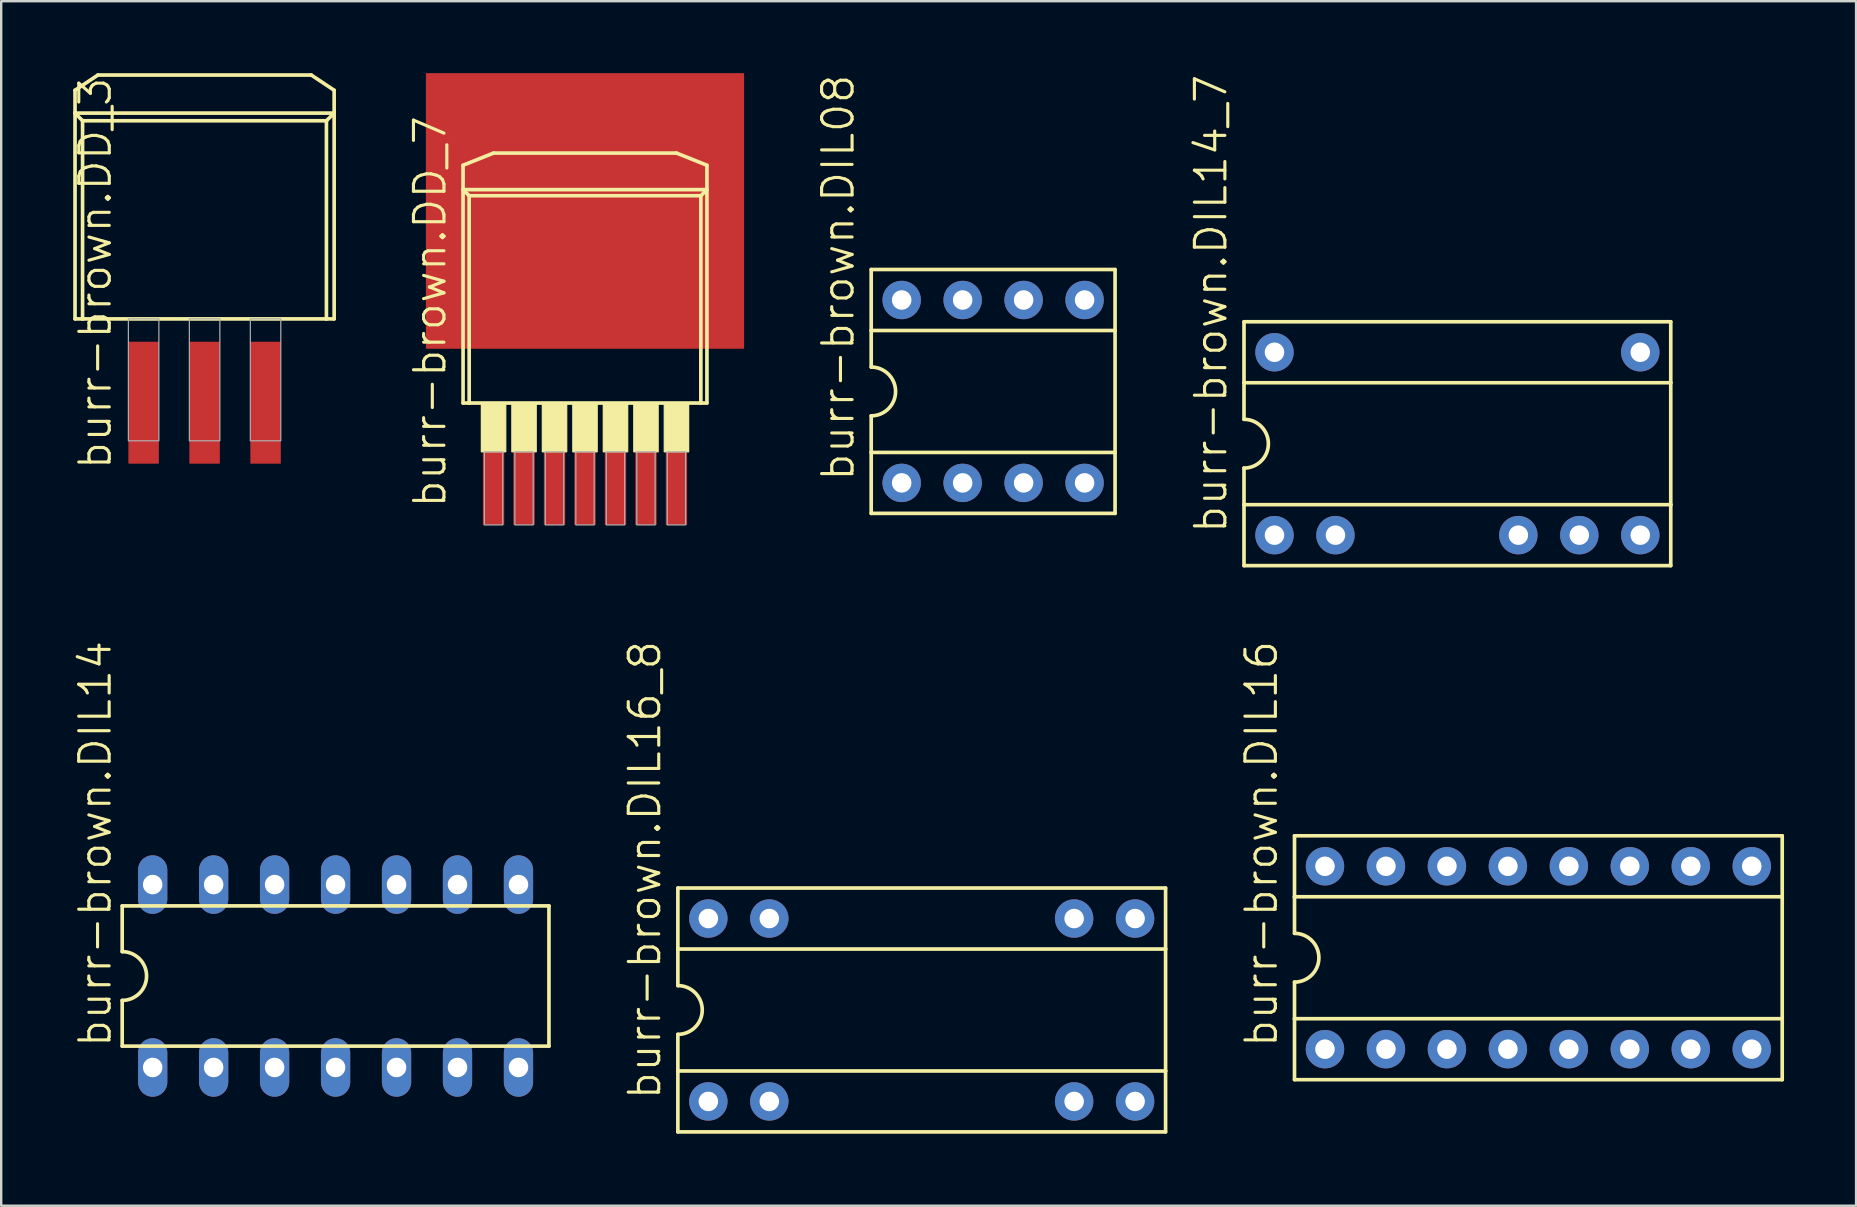
<source format=kicad_pcb>
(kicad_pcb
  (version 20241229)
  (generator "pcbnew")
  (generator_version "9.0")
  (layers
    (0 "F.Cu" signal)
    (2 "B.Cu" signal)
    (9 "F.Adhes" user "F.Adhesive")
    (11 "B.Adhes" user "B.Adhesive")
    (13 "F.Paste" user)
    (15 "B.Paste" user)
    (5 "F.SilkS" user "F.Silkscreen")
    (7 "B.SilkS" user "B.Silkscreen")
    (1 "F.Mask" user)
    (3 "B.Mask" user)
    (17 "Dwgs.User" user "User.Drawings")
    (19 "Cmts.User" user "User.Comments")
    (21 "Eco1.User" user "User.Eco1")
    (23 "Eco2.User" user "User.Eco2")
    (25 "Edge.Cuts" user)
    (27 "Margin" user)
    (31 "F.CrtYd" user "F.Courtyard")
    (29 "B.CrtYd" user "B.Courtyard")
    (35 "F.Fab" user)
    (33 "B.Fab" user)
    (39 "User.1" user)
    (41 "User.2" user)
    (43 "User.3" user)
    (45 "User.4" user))
  (footprint "burr-brown.DIL14"
    (layer "F.Cu")
    (at 10.931 37.614)
    (property "Reference" "burr-brown.DIL14" (at -9.271 3.048 90) (layer "F.SilkS") (effects (font (size 1.27 1.27) (thickness 0.13)) (justify left bottom)))
    (attr through_hole)
    (fp_line (start -8.89 -2.921) (end -8.89 -1.016) (stroke (width 0.152) (type default)) (layer "F.SilkS"))
    (fp_line (start -8.89 2.921) (end -8.89 1.016) (stroke (width 0.152) (type default)) (layer "F.SilkS"))
    (fp_line (start -8.89 2.921) (end 8.89 2.921) (stroke (width 0.152) (type default)) (layer "F.SilkS"))
    (fp_line (start 8.89 -2.921) (end -8.89 -2.921) (stroke (width 0.152) (type default)) (layer "F.SilkS"))
    (fp_line (start 8.89 -2.921) (end 8.89 2.921) (stroke (width 0.152) (type default)) (layer "F.SilkS"))
    (fp_arc (start -8.89 -1.016) (mid -7.874 0) (end -8.89 1.016) (stroke (width 0.1524) (type default)) (layer "F.SilkS"))
    (pad "1" thru_hole oval (at -7.62 3.81 90) (size 2.438 1.219) (drill 0.813) (layers "*.Cu" "*.Mask"))
    (pad "2" thru_hole oval (at -5.08 3.81 90) (size 2.438 1.219) (drill 0.813) (layers "*.Cu" "*.Mask"))
    (pad "3" thru_hole oval (at -2.54 3.81 90) (size 2.438 1.219) (drill 0.813) (layers "*.Cu" "*.Mask"))
    (pad "4" thru_hole oval (at 0 3.81 90) (size 2.438 1.219) (drill 0.813) (layers "*.Cu" "*.Mask"))
    (pad "5" thru_hole oval (at 2.54 3.81 90) (size 2.438 1.219) (drill 0.813) (layers "*.Cu" "*.Mask"))
    (pad "6" thru_hole oval (at 5.08 3.81 90) (size 2.438 1.219) (drill 0.813) (layers "*.Cu" "*.Mask"))
    (pad "7" thru_hole oval (at 7.62 3.81 90) (size 2.438 1.219) (drill 0.813) (layers "*.Cu" "*.Mask"))
    (pad "8" thru_hole oval (at 7.62 -3.81 90) (size 2.438 1.219) (drill 0.813) (layers "*.Cu" "*.Mask"))
    (pad "9" thru_hole oval (at 5.08 -3.81 90) (size 2.438 1.219) (drill 0.813) (layers "*.Cu" "*.Mask"))
    (pad "10" thru_hole oval (at 2.54 -3.81 90) (size 2.438 1.219) (drill 0.813) (layers "*.Cu" "*.Mask"))
    (pad "11" thru_hole oval (at 0 -3.81 90) (size 2.438 1.219) (drill 0.813) (layers "*.Cu" "*.Mask"))
    (pad "12" thru_hole oval (at -2.54 -3.81 90) (size 2.438 1.219) (drill 0.813) (layers "*.Cu" "*.Mask"))
    (pad "13" thru_hole oval (at -5.08 -3.81 90) (size 2.438 1.219) (drill 0.813) (layers "*.Cu" "*.Mask"))
    (pad "14" thru_hole oval (at -7.62 -3.81 90) (size 2.438 1.219) (drill 0.813) (layers "*.Cu" "*.Mask")))
  (footprint "burr-brown.DIL14_7"
    (layer "F.Cu")
    (at 57.669 15.436)
    (property "Reference" "burr-brown.DIL14_7" (at -9.525 3.81 90) (layer "F.SilkS") (effects (font (size 1.27 1.27) (thickness 0.13)) (justify left bottom)))
    (attr through_hole)
    (fp_line (start -8.89 -5.08) (end -8.89 -2.54) (stroke (width 0.152) (type default)) (layer "F.SilkS"))
    (fp_line (start -8.89 -2.54) (end -8.89 -1.016) (stroke (width 0.152) (type default)) (layer "F.SilkS"))
    (fp_line (start -8.89 -2.54) (end 8.89 -2.54) (stroke (width 0.152) (type default)) (layer "F.SilkS"))
    (fp_line (start -8.89 2.54) (end -8.89 1.016) (stroke (width 0.152) (type default)) (layer "F.SilkS"))
    (fp_line (start -8.89 2.54) (end 8.89 2.54) (stroke (width 0.152) (type default)) (layer "F.SilkS"))
    (fp_line (start -8.89 5.08) (end -8.89 2.54) (stroke (width 0.152) (type default)) (layer "F.SilkS"))
    (fp_line (start -8.89 5.08) (end 8.89 5.08) (stroke (width 0.152) (type default)) (layer "F.SilkS"))
    (fp_line (start 8.89 -5.08) (end -8.89 -5.08) (stroke (width 0.152) (type default)) (layer "F.SilkS"))
    (fp_line (start 8.89 -5.08) (end 8.89 -2.54) (stroke (width 0.152) (type default)) (layer "F.SilkS"))
    (fp_line (start 8.89 -2.54) (end 8.89 2.54) (stroke (width 0.152) (type default)) (layer "F.SilkS"))
    (fp_line (start 8.89 2.54) (end 8.89 5.08) (stroke (width 0.152) (type default)) (layer "F.SilkS"))
    (fp_arc (start -8.89 -1.016) (mid -7.874 0) (end -8.89 1.016) (stroke (width 0.1524) (type default)) (layer "F.SilkS"))
    (pad "1" thru_hole circle (at -7.62 3.81) (size 1.6 1.6) (drill 0.813) (layers "*.Cu" "*.Mask"))
    (pad "2" thru_hole circle (at -5.08 3.81) (size 1.6 1.6) (drill 0.813) (layers "*.Cu" "*.Mask"))
    (pad "5" thru_hole circle (at 2.54 3.81) (size 1.6 1.6) (drill 0.813) (layers "*.Cu" "*.Mask"))
    (pad "6" thru_hole circle (at 5.08 3.81) (size 1.6 1.6) (drill 0.813) (layers "*.Cu" "*.Mask"))
    (pad "7" thru_hole circle (at 7.62 3.81) (size 1.6 1.6) (drill 0.813) (layers "*.Cu" "*.Mask"))
    (pad "8" thru_hole circle (at 7.62 -3.81) (size 1.6 1.6) (drill 0.813) (layers "*.Cu" "*.Mask"))
    (pad "14" thru_hole circle (at -7.62 -3.81) (size 1.6 1.6) (drill 0.813) (layers "*.Cu" "*.Mask")))
  (footprint "burr-brown.DIL16"
    (layer "F.Cu")
    (at 61.043 36.852)
    (property "Reference" "burr-brown.DIL16" (at -10.795 3.81 90) (layer "F.SilkS") (effects (font (size 1.27 1.27) (thickness 0.13)) (justify left bottom)))
    (attr through_hole)
    (fp_line (start -10.16 -5.08) (end -10.16 -2.54) (stroke (width 0.152) (type default)) (layer "F.SilkS"))
    (fp_line (start -10.16 -2.54) (end -10.16 -1.016) (stroke (width 0.152) (type default)) (layer "F.SilkS"))
    (fp_line (start -10.16 -2.54) (end 10.16 -2.54) (stroke (width 0.152) (type default)) (layer "F.SilkS"))
    (fp_line (start -10.16 2.54) (end -10.16 1.016) (stroke (width 0.152) (type default)) (layer "F.SilkS"))
    (fp_line (start -10.16 2.54) (end 10.16 2.54) (stroke (width 0.152) (type default)) (layer "F.SilkS"))
    (fp_line (start -10.16 5.08) (end -10.16 2.54) (stroke (width 0.152) (type default)) (layer "F.SilkS"))
    (fp_line (start -10.16 5.08) (end 10.16 5.08) (stroke (width 0.152) (type default)) (layer "F.SilkS"))
    (fp_line (start 10.16 -5.08) (end -10.16 -5.08) (stroke (width 0.152) (type default)) (layer "F.SilkS"))
    (fp_line (start 10.16 -5.08) (end 10.16 -2.54) (stroke (width 0.152) (type default)) (layer "F.SilkS"))
    (fp_line (start 10.16 -2.54) (end 10.16 2.54) (stroke (width 0.152) (type default)) (layer "F.SilkS"))
    (fp_line (start 10.16 2.54) (end 10.16 5.08) (stroke (width 0.152) (type default)) (layer "F.SilkS"))
    (fp_arc (start -10.16 -1.016) (mid -9.144 0) (end -10.16 1.016) (stroke (width 0.1524) (type default)) (layer "F.SilkS"))
    (pad "1" thru_hole circle (at -8.89 3.81) (size 1.6 1.6) (drill 0.813) (layers "*.Cu" "*.Mask"))
    (pad "2" thru_hole circle (at -6.35 3.81) (size 1.6 1.6) (drill 0.813) (layers "*.Cu" "*.Mask"))
    (pad "3" thru_hole circle (at -3.81 3.81) (size 1.6 1.6) (drill 0.813) (layers "*.Cu" "*.Mask"))
    (pad "4" thru_hole circle (at -1.27 3.81) (size 1.6 1.6) (drill 0.813) (layers "*.Cu" "*.Mask"))
    (pad "5" thru_hole circle (at 1.27 3.81) (size 1.6 1.6) (drill 0.813) (layers "*.Cu" "*.Mask"))
    (pad "6" thru_hole circle (at 3.81 3.81) (size 1.6 1.6) (drill 0.813) (layers "*.Cu" "*.Mask"))
    (pad "7" thru_hole circle (at 6.35 3.81) (size 1.6 1.6) (drill 0.813) (layers "*.Cu" "*.Mask"))
    (pad "8" thru_hole circle (at 8.89 3.81) (size 1.6 1.6) (drill 0.813) (layers "*.Cu" "*.Mask"))
    (pad "9" thru_hole circle (at 8.89 -3.81) (size 1.6 1.6) (drill 0.813) (layers "*.Cu" "*.Mask"))
    (pad "10" thru_hole circle (at 6.35 -3.81) (size 1.6 1.6) (drill 0.813) (layers "*.Cu" "*.Mask"))
    (pad "11" thru_hole circle (at 3.81 -3.81) (size 1.6 1.6) (drill 0.813) (layers "*.Cu" "*.Mask"))
    (pad "12" thru_hole circle (at 1.27 -3.81) (size 1.6 1.6) (drill 0.813) (layers "*.Cu" "*.Mask"))
    (pad "13" thru_hole circle (at -1.27 -3.81) (size 1.6 1.6) (drill 0.813) (layers "*.Cu" "*.Mask"))
    (pad "14" thru_hole circle (at -3.81 -3.81) (size 1.6 1.6) (drill 0.813) (layers "*.Cu" "*.Mask"))
    (pad "15" thru_hole circle (at -6.35 -3.81) (size 1.6 1.6) (drill 0.813) (layers "*.Cu" "*.Mask"))
    (pad "16" thru_hole circle (at -8.89 -3.81) (size 1.6 1.6) (drill 0.813) (layers "*.Cu" "*.Mask")))
  (footprint "burr-brown.DIL08"
    (layer "F.Cu")
    (at 38.327 13.259)
    (property "Reference" "burr-brown.DIL08" (at -5.715 3.81 90) (layer "F.SilkS") (effects (font (size 1.27 1.27) (thickness 0.13)) (justify left bottom)))
    (attr through_hole)
    (fp_line (start -5.08 -5.08) (end -5.08 -2.54) (stroke (width 0.152) (type default)) (layer "F.SilkS"))
    (fp_line (start -5.08 -2.54) (end -5.08 -1.016) (stroke (width 0.152) (type default)) (layer "F.SilkS"))
    (fp_line (start -5.08 -2.54) (end 5.08 -2.54) (stroke (width 0.152) (type default)) (layer "F.SilkS"))
    (fp_line (start -5.08 2.54) (end -5.08 1.016) (stroke (width 0.152) (type default)) (layer "F.SilkS"))
    (fp_line (start -5.08 2.54) (end 5.08 2.54) (stroke (width 0.152) (type default)) (layer "F.SilkS"))
    (fp_line (start -5.08 5.08) (end -5.08 2.54) (stroke (width 0.152) (type default)) (layer "F.SilkS"))
    (fp_line (start -5.08 5.08) (end 5.08 5.08) (stroke (width 0.152) (type default)) (layer "F.SilkS"))
    (fp_line (start 5.08 -5.08) (end -5.08 -5.08) (stroke (width 0.152) (type default)) (layer "F.SilkS"))
    (fp_line (start 5.08 -5.08) (end 5.08 -2.54) (stroke (width 0.152) (type default)) (layer "F.SilkS"))
    (fp_line (start 5.08 -2.54) (end 5.08 2.54) (stroke (width 0.152) (type default)) (layer "F.SilkS"))
    (fp_line (start 5.08 2.54) (end 5.08 5.08) (stroke (width 0.152) (type default)) (layer "F.SilkS"))
    (fp_arc (start -5.08 -1.016) (mid -4.064 0) (end -5.08 1.016) (stroke (width 0.1524) (type default)) (layer "F.SilkS"))
    (pad "1" thru_hole circle (at -3.81 3.81) (size 1.6 1.6) (drill 0.813) (layers "*.Cu" "*.Mask"))
    (pad "2" thru_hole circle (at -1.27 3.81) (size 1.6 1.6) (drill 0.813) (layers "*.Cu" "*.Mask"))
    (pad "3" thru_hole circle (at 1.27 3.81) (size 1.6 1.6) (drill 0.813) (layers "*.Cu" "*.Mask"))
    (pad "4" thru_hole circle (at 3.81 3.81) (size 1.6 1.6) (drill 0.813) (layers "*.Cu" "*.Mask"))
    (pad "5" thru_hole circle (at 3.81 -3.81) (size 1.6 1.6) (drill 0.813) (layers "*.Cu" "*.Mask"))
    (pad "6" thru_hole circle (at 1.27 -3.81) (size 1.6 1.6) (drill 0.813) (layers "*.Cu" "*.Mask"))
    (pad "7" thru_hole circle (at -1.27 -3.81) (size 1.6 1.6) (drill 0.813) (layers "*.Cu" "*.Mask"))
    (pad "8" thru_hole circle (at -3.81 -3.81) (size 1.6 1.6) (drill 0.813) (layers "*.Cu" "*.Mask")))
  (footprint "burr-brown.DD_7"
    (layer "F.Cu")
    (at 21.323 9.296)
    (property "Reference" "burr-brown.DD_7" (at -5.715 8.89 90) (layer "F.SilkS") (effects (font (size 1.27 1.27) (thickness 0.13)) (justify left bottom)))
    (attr smd)
    (fp_rect (start -6.604 2.159) (end 6.604 -9.271) (stroke (width 0.05) (type default)) (fill yes) (layer "F.Cu"))
    (fp_rect (start -5.715 2.54) (end 5.715 -6.35) (stroke (width 0.05) (type default)) (fill yes) (layer "F.Mask"))
    (fp_line (start -5.08 -5.461) (end -3.81 -5.969) (stroke (width 0.152) (type default)) (layer "F.SilkS"))
    (fp_line (start -5.08 -4.445) (end -5.08 -5.461) (stroke (width 0.152) (type default)) (layer "F.SilkS"))
    (fp_line (start -5.08 -4.445) (end 5.08 -4.445) (stroke (width 0.152) (type default)) (layer "F.SilkS"))
    (fp_line (start -5.08 4.445) (end -5.08 -4.445) (stroke (width 0.152) (type default)) (layer "F.SilkS"))
    (fp_line (start -4.826 -4.191) (end -5.08 -4.445) (stroke (width 0.152) (type default)) (layer "F.SilkS"))
    (fp_line (start -4.826 -4.191) (end 4.826 -4.191) (stroke (width 0.152) (type default)) (layer "F.SilkS"))
    (fp_line (start -4.826 4.445) (end -5.08 4.445) (stroke (width 0.152) (type default)) (layer "F.SilkS"))
    (fp_line (start -4.826 4.445) (end -4.826 -4.191) (stroke (width 0.152) (type default)) (layer "F.SilkS"))
    (fp_line (start -3.81 -5.969) (end 3.81 -5.969) (stroke (width 0.152) (type default)) (layer "F.SilkS"))
    (fp_line (start 3.81 -5.969) (end 5.08 -5.461) (stroke (width 0.152) (type default)) (layer "F.SilkS"))
    (fp_line (start 4.826 -4.191) (end 4.826 4.445) (stroke (width 0.152) (type default)) (layer "F.SilkS"))
    (fp_line (start 4.826 -4.191) (end 5.08 -4.445) (stroke (width 0.152) (type default)) (layer "F.SilkS"))
    (fp_line (start 4.826 4.445) (end -4.826 4.445) (stroke (width 0.152) (type default)) (layer "F.SilkS"))
    (fp_line (start 5.08 -5.461) (end 5.08 -4.445) (stroke (width 0.152) (type default)) (layer "F.SilkS"))
    (fp_line (start 5.08 -4.445) (end 5.08 4.445) (stroke (width 0.152) (type default)) (layer "F.SilkS"))
    (fp_line (start 5.08 4.445) (end 4.826 4.445) (stroke (width 0.152) (type default)) (layer "F.SilkS"))
    (fp_rect (start -4.318 6.477) (end -3.302 4.445) (stroke (width 0.05) (type default)) (fill yes) (layer "F.SilkS"))
    (fp_rect (start -3.048 6.477) (end -2.032 4.445) (stroke (width 0.05) (type default)) (fill yes) (layer "F.SilkS"))
    (fp_rect (start -1.778 6.477) (end -0.762 4.445) (stroke (width 0.05) (type default)) (fill yes) (layer "F.SilkS"))
    (fp_rect (start -0.508 6.477) (end 0.508 4.445) (stroke (width 0.05) (type default)) (fill yes) (layer "F.SilkS"))
    (fp_rect (start 0.762 6.477) (end 1.778 4.445) (stroke (width 0.05) (type default)) (fill yes) (layer "F.SilkS"))
    (fp_rect (start 2.032 6.477) (end 3.048 4.445) (stroke (width 0.05) (type default)) (fill yes) (layer "F.SilkS"))
    (fp_rect (start 3.302 6.477) (end 4.318 4.445) (stroke (width 0.05) (type default)) (fill yes) (layer "F.SilkS"))
    (fp_rect (start -4.191 9.525) (end -3.429 6.477) (stroke (width 0.05) (type default)) (fill no) (layer "F.Fab"))
    (fp_rect (start -2.921 9.525) (end -2.159 6.477) (stroke (width 0.05) (type default)) (fill no) (layer "F.Fab"))
    (fp_rect (start -1.651 9.525) (end -0.889 6.477) (stroke (width 0.05) (type default)) (fill no) (layer "F.Fab"))
    (fp_rect (start -0.381 9.525) (end 0.381 6.477) (stroke (width 0.05) (type default)) (fill no) (layer "F.Fab"))
    (fp_rect (start 0.889 9.525) (end 1.651 6.477) (stroke (width 0.05) (type default)) (fill no) (layer "F.Fab"))
    (fp_rect (start 2.159 9.525) (end 2.921 6.477) (stroke (width 0.05) (type default)) (fill no) (layer "F.Fab"))
    (fp_rect (start 3.429 9.525) (end 4.191 6.477) (stroke (width 0.05) (type default)) (fill no) (layer "F.Fab"))
    (pad "1" smd roundrect (at -3.81 6.985) (size 0.889 5.08) (layers "F.Cu" "F.Mask" "F.Paste") (roundrect_rratio 0.01))
    (pad "2" smd roundrect (at -2.54 6.985) (size 0.889 5.08) (layers "F.Cu" "F.Mask" "F.Paste") (roundrect_rratio 0.01))
    (pad "3" smd roundrect (at -1.27 6.985) (size 0.889 5.08) (layers "F.Cu" "F.Mask" "F.Paste") (roundrect_rratio 0.01))
    (pad "4" smd roundrect (at 0 6.985) (size 0.889 5.08) (layers "F.Cu" "F.Mask" "F.Paste") (roundrect_rratio 0.01))
    (pad "5" smd roundrect (at 1.27 6.985) (size 0.889 5.08) (layers "F.Cu" "F.Mask" "F.Paste") (roundrect_rratio 0.01))
    (pad "6" smd roundrect (at 2.54 6.985) (size 0.889 5.08) (layers "F.Cu" "F.Mask" "F.Paste") (roundrect_rratio 0.01))
    (pad "7" smd roundrect (at 3.81 6.985) (size 0.889 5.08) (layers "F.Cu" "F.Mask" "F.Paste") (roundrect_rratio 0.01)))
  (footprint "burr-brown.DD_3"
    (layer "F.Cu")
    (at 5.474 5.791)
    (property "Reference" "burr-brown.DD_3" (at -3.81 10.795 90) (layer "F.SilkS") (effects (font (size 1.27 1.27) (thickness 0.13)) (justify left bottom)))
    (attr smd)
    (fp_line (start -5.398 -5.08) (end -4.445 -5.715) (stroke (width 0.152) (type default)) (layer "F.SilkS"))
    (fp_line (start -5.398 -4.128) (end -5.398 -5.08) (stroke (width 0.152) (type default)) (layer "F.SilkS"))
    (fp_line (start -5.398 -4.128) (end -5.398 4.445) (stroke (width 0.152) (type default)) (layer "F.SilkS"))
    (fp_line (start -5.398 -4.128) (end -5.084 -3.81) (stroke (width 0.152) (type default)) (layer "F.SilkS"))
    (fp_line (start -5.398 4.445) (end -5.084 4.445) (stroke (width 0.152) (type default)) (layer "F.SilkS"))
    (fp_line (start -5.084 -3.81) (end 5.076 -3.81) (stroke (width 0.152) (type default)) (layer "F.SilkS"))
    (fp_line (start -5.084 4.445) (end -5.084 -3.81) (stroke (width 0.152) (type default)) (layer "F.SilkS"))
    (fp_line (start -5.084 4.445) (end 5.076 4.445) (stroke (width 0.152) (type default)) (layer "F.SilkS"))
    (fp_line (start -4.445 -5.715) (end 4.445 -5.715) (stroke (width 0.152) (type default)) (layer "F.SilkS"))
    (fp_line (start 4.445 -5.715) (end 5.398 -5.08) (stroke (width 0.152) (type default)) (layer "F.SilkS"))
    (fp_line (start 5.076 -3.81) (end 5.076 4.445) (stroke (width 0.152) (type default)) (layer "F.SilkS"))
    (fp_line (start 5.076 4.445) (end 5.398 4.445) (stroke (width 0.152) (type default)) (layer "F.SilkS"))
    (fp_line (start 5.398 -5.08) (end 5.398 -4.128) (stroke (width 0.152) (type default)) (layer "F.SilkS"))
    (fp_line (start 5.398 -4.128) (end -5.398 -4.128) (stroke (width 0.152) (type default)) (layer "F.SilkS"))
    (fp_line (start 5.398 -4.128) (end 5.076 -3.81) (stroke (width 0.152) (type default)) (layer "F.SilkS"))
    (fp_line (start 5.398 4.445) (end 5.398 -4.128) (stroke (width 0.152) (type default)) (layer "F.SilkS"))
    (fp_rect (start -3.175 9.525) (end -1.905 4.445) (stroke (width 0.05) (type default)) (fill no) (layer "F.Fab"))
    (fp_rect (start -0.635 9.525) (end 0.635 4.445) (stroke (width 0.05) (type default)) (fill no) (layer "F.Fab"))
    (fp_rect (start 1.905 9.525) (end 3.175 4.445) (stroke (width 0.05) (type default)) (fill no) (layer "F.Fab"))
    (pad "1" smd roundrect (at -2.54 7.938) (size 1.27 5.08) (layers "F.Cu" "F.Mask" "F.Paste") (roundrect_rratio 0.01))
    (pad "2" smd roundrect (at 0 7.938) (size 1.27 5.08) (layers "F.Cu" "F.Mask" "F.Paste") (roundrect_rratio 0.01))
    (pad "3" smd roundrect (at 2.54 7.938) (size 1.27 5.08) (layers "F.Cu" "F.Mask" "F.Paste") (roundrect_rratio 0.01)))
  (footprint "burr-brown.DIL16_8"
    (layer "F.Cu")
    (at 35.352 39.029)
    (property "Reference" "burr-brown.DIL16_8" (at -10.795 3.81 90) (layer "F.SilkS") (effects (font (size 1.27 1.27) (thickness 0.13)) (justify left bottom)))
    (attr through_hole)
    (fp_line (start -10.16 -5.08) (end -10.16 -2.54) (stroke (width 0.152) (type default)) (layer "F.SilkS"))
    (fp_line (start -10.16 -2.54) (end -10.16 -1.016) (stroke (width 0.152) (type default)) (layer "F.SilkS"))
    (fp_line (start -10.16 -2.54) (end 10.16 -2.54) (stroke (width 0.152) (type default)) (layer "F.SilkS"))
    (fp_line (start -10.16 2.54) (end -10.16 1.016) (stroke (width 0.152) (type default)) (layer "F.SilkS"))
    (fp_line (start -10.16 2.54) (end 10.16 2.54) (stroke (width 0.152) (type default)) (layer "F.SilkS"))
    (fp_line (start -10.16 5.08) (end -10.16 2.54) (stroke (width 0.152) (type default)) (layer "F.SilkS"))
    (fp_line (start -10.16 5.08) (end 10.16 5.08) (stroke (width 0.152) (type default)) (layer "F.SilkS"))
    (fp_line (start 10.16 -5.08) (end -10.16 -5.08) (stroke (width 0.152) (type default)) (layer "F.SilkS"))
    (fp_line (start 10.16 -5.08) (end 10.16 -2.54) (stroke (width 0.152) (type default)) (layer "F.SilkS"))
    (fp_line (start 10.16 -2.54) (end 10.16 2.54) (stroke (width 0.152) (type default)) (layer "F.SilkS"))
    (fp_line (start 10.16 2.54) (end 10.16 5.08) (stroke (width 0.152) (type default)) (layer "F.SilkS"))
    (fp_arc (start -10.16 -1.016) (mid -9.144 0) (end -10.16 1.016) (stroke (width 0.1524) (type default)) (layer "F.SilkS"))
    (pad "1" thru_hole circle (at -8.89 3.81) (size 1.6 1.6) (drill 0.813) (layers "*.Cu" "*.Mask"))
    (pad "2" thru_hole circle (at -6.35 3.81) (size 1.6 1.6) (drill 0.813) (layers "*.Cu" "*.Mask"))
    (pad "7" thru_hole circle (at 6.35 3.81) (size 1.6 1.6) (drill 0.813) (layers "*.Cu" "*.Mask"))
    (pad "8" thru_hole circle (at 8.89 3.81) (size 1.6 1.6) (drill 0.813) (layers "*.Cu" "*.Mask"))
    (pad "9" thru_hole circle (at 8.89 -3.81) (size 1.6 1.6) (drill 0.813) (layers "*.Cu" "*.Mask"))
    (pad "10" thru_hole circle (at 6.35 -3.81) (size 1.6 1.6) (drill 0.813) (layers "*.Cu" "*.Mask"))
    (pad "15" thru_hole circle (at -6.35 -3.81) (size 1.6 1.6) (drill 0.813) (layers "*.Cu" "*.Mask"))
    (pad "16" thru_hole circle (at -8.89 -3.81) (size 1.6 1.6) (drill 0.813) (layers "*.Cu" "*.Mask")))
  (gr_rect
    (start -3 -3)
    (end 74.28 47.185)
    (stroke (width 0.1) (type default))
    (fill no)
    (layer "Edge.Cuts")))
</source>
